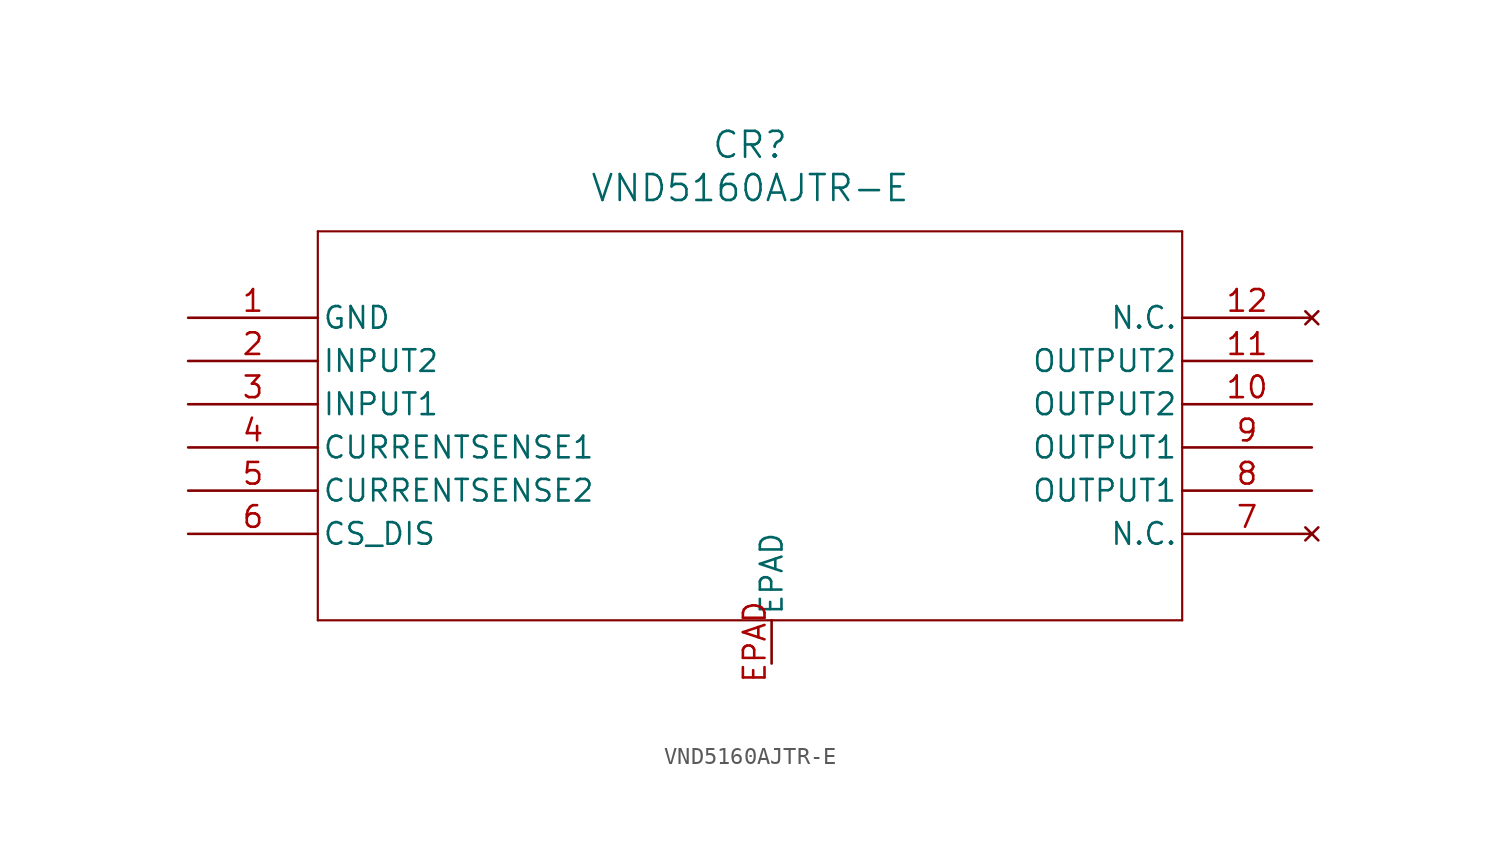
<source format=kicad_sym>
(kicad_symbol_lib
  (version 20231120)
  (generator "kicad_symbol_editor")
  (generator_version "8.0")
  (symbol "VND5160AJTR-E"
    (pin_names
      (offset 0.254))
    (property "Reference" "CR"
      (at 33.02 10.16 0)
      (effects (font (size 1.524 1.524))))
    (property "Value" "VND5160AJTR-E"
      (at 33.02 7.62 0)
      (effects (font (size 1.524 1.524))))
    (property "ki_locked" ""
      (at 0 0 0)
      (effects (font (size 1.27 1.27))))
    (symbol "VND5160AJTR-E_0_1"
      (polyline (pts (xy 7.62 -17.78) (xy 58.42 -17.78)) (stroke (width 0.127) (type default)) (fill (type none)))
      (polyline (pts (xy 7.62 5.08) (xy 7.62 -17.78)) (stroke (width 0.127) (type default)) (fill (type none)))
      (polyline (pts (xy 58.42 -17.78) (xy 58.42 5.08)) (stroke (width 0.127) (type default)) (fill (type none)))
      (polyline (pts (xy 58.42 5.08) (xy 7.62 5.08)) (stroke (width 0.127) (type default)) (fill (type none)))
      (pin power_in line (at 0 0 0) (length 7.62) (name "GND" (effects (font (size 1.27 1.27)))) (number "1" (effects (font (size 1.27 1.27)))))
      (pin output line (at 66.04 -5.08 180) (length 7.62) (name "OUTPUT2" (effects (font (size 1.27 1.27)))) (number "10" (effects (font (size 1.27 1.27)))))
      (pin output line (at 66.04 -2.54 180) (length 7.62) (name "OUTPUT2" (effects (font (size 1.27 1.27)))) (number "11" (effects (font (size 1.27 1.27)))))
      (pin no_connect line (at 66.04 0 180) (length 7.62) (name "N.C." (effects (font (size 1.27 1.27)))) (number "12" (effects (font (size 1.27 1.27)))))
      (pin input line (at 0 -2.54 0) (length 7.62) (name "INPUT2" (effects (font (size 1.27 1.27)))) (number "2" (effects (font (size 1.27 1.27)))))
      (pin input line (at 0 -5.08 0) (length 7.62) (name "INPUT1" (effects (font (size 1.27 1.27)))) (number "3" (effects (font (size 1.27 1.27)))))
      (pin unspecified line (at 0 -7.62 0) (length 7.62) (name "CURRENTSENSE1" (effects (font (size 1.27 1.27)))) (number "4" (effects (font (size 1.27 1.27)))))
      (pin unspecified line (at 0 -10.16 0) (length 7.62) (name "CURRENTSENSE2" (effects (font (size 1.27 1.27)))) (number "5" (effects (font (size 1.27 1.27)))))
      (pin unspecified line (at 0 -12.7 0) (length 7.62) (name "CS_DIS" (effects (font (size 1.27 1.27)))) (number "6" (effects (font (size 1.27 1.27)))))
      (pin no_connect line (at 66.04 -12.7 180) (length 7.62) (name "N.C." (effects (font (size 1.27 1.27)))) (number "7" (effects (font (size 1.27 1.27)))))
      (pin output line (at 66.04 -10.16 180) (length 7.62) (name "OUTPUT1" (effects (font (size 1.27 1.27)))) (number "8" (effects (font (size 1.27 1.27)))))
      (pin output line (at 66.04 -7.62 180) (length 7.62) (name "OUTPUT1" (effects (font (size 1.27 1.27)))) (number "9" (effects (font (size 1.27 1.27))))))
    (symbol "VND5160AJTR-E_1_1"
      (pin input line (at 34.29 -20.32 90) (length 2.54) (name "EPAD" (effects (font (size 1.27 1.27)))) (number "EPAD" (effects (font (size 1.27 1.27))))))))
</source>
